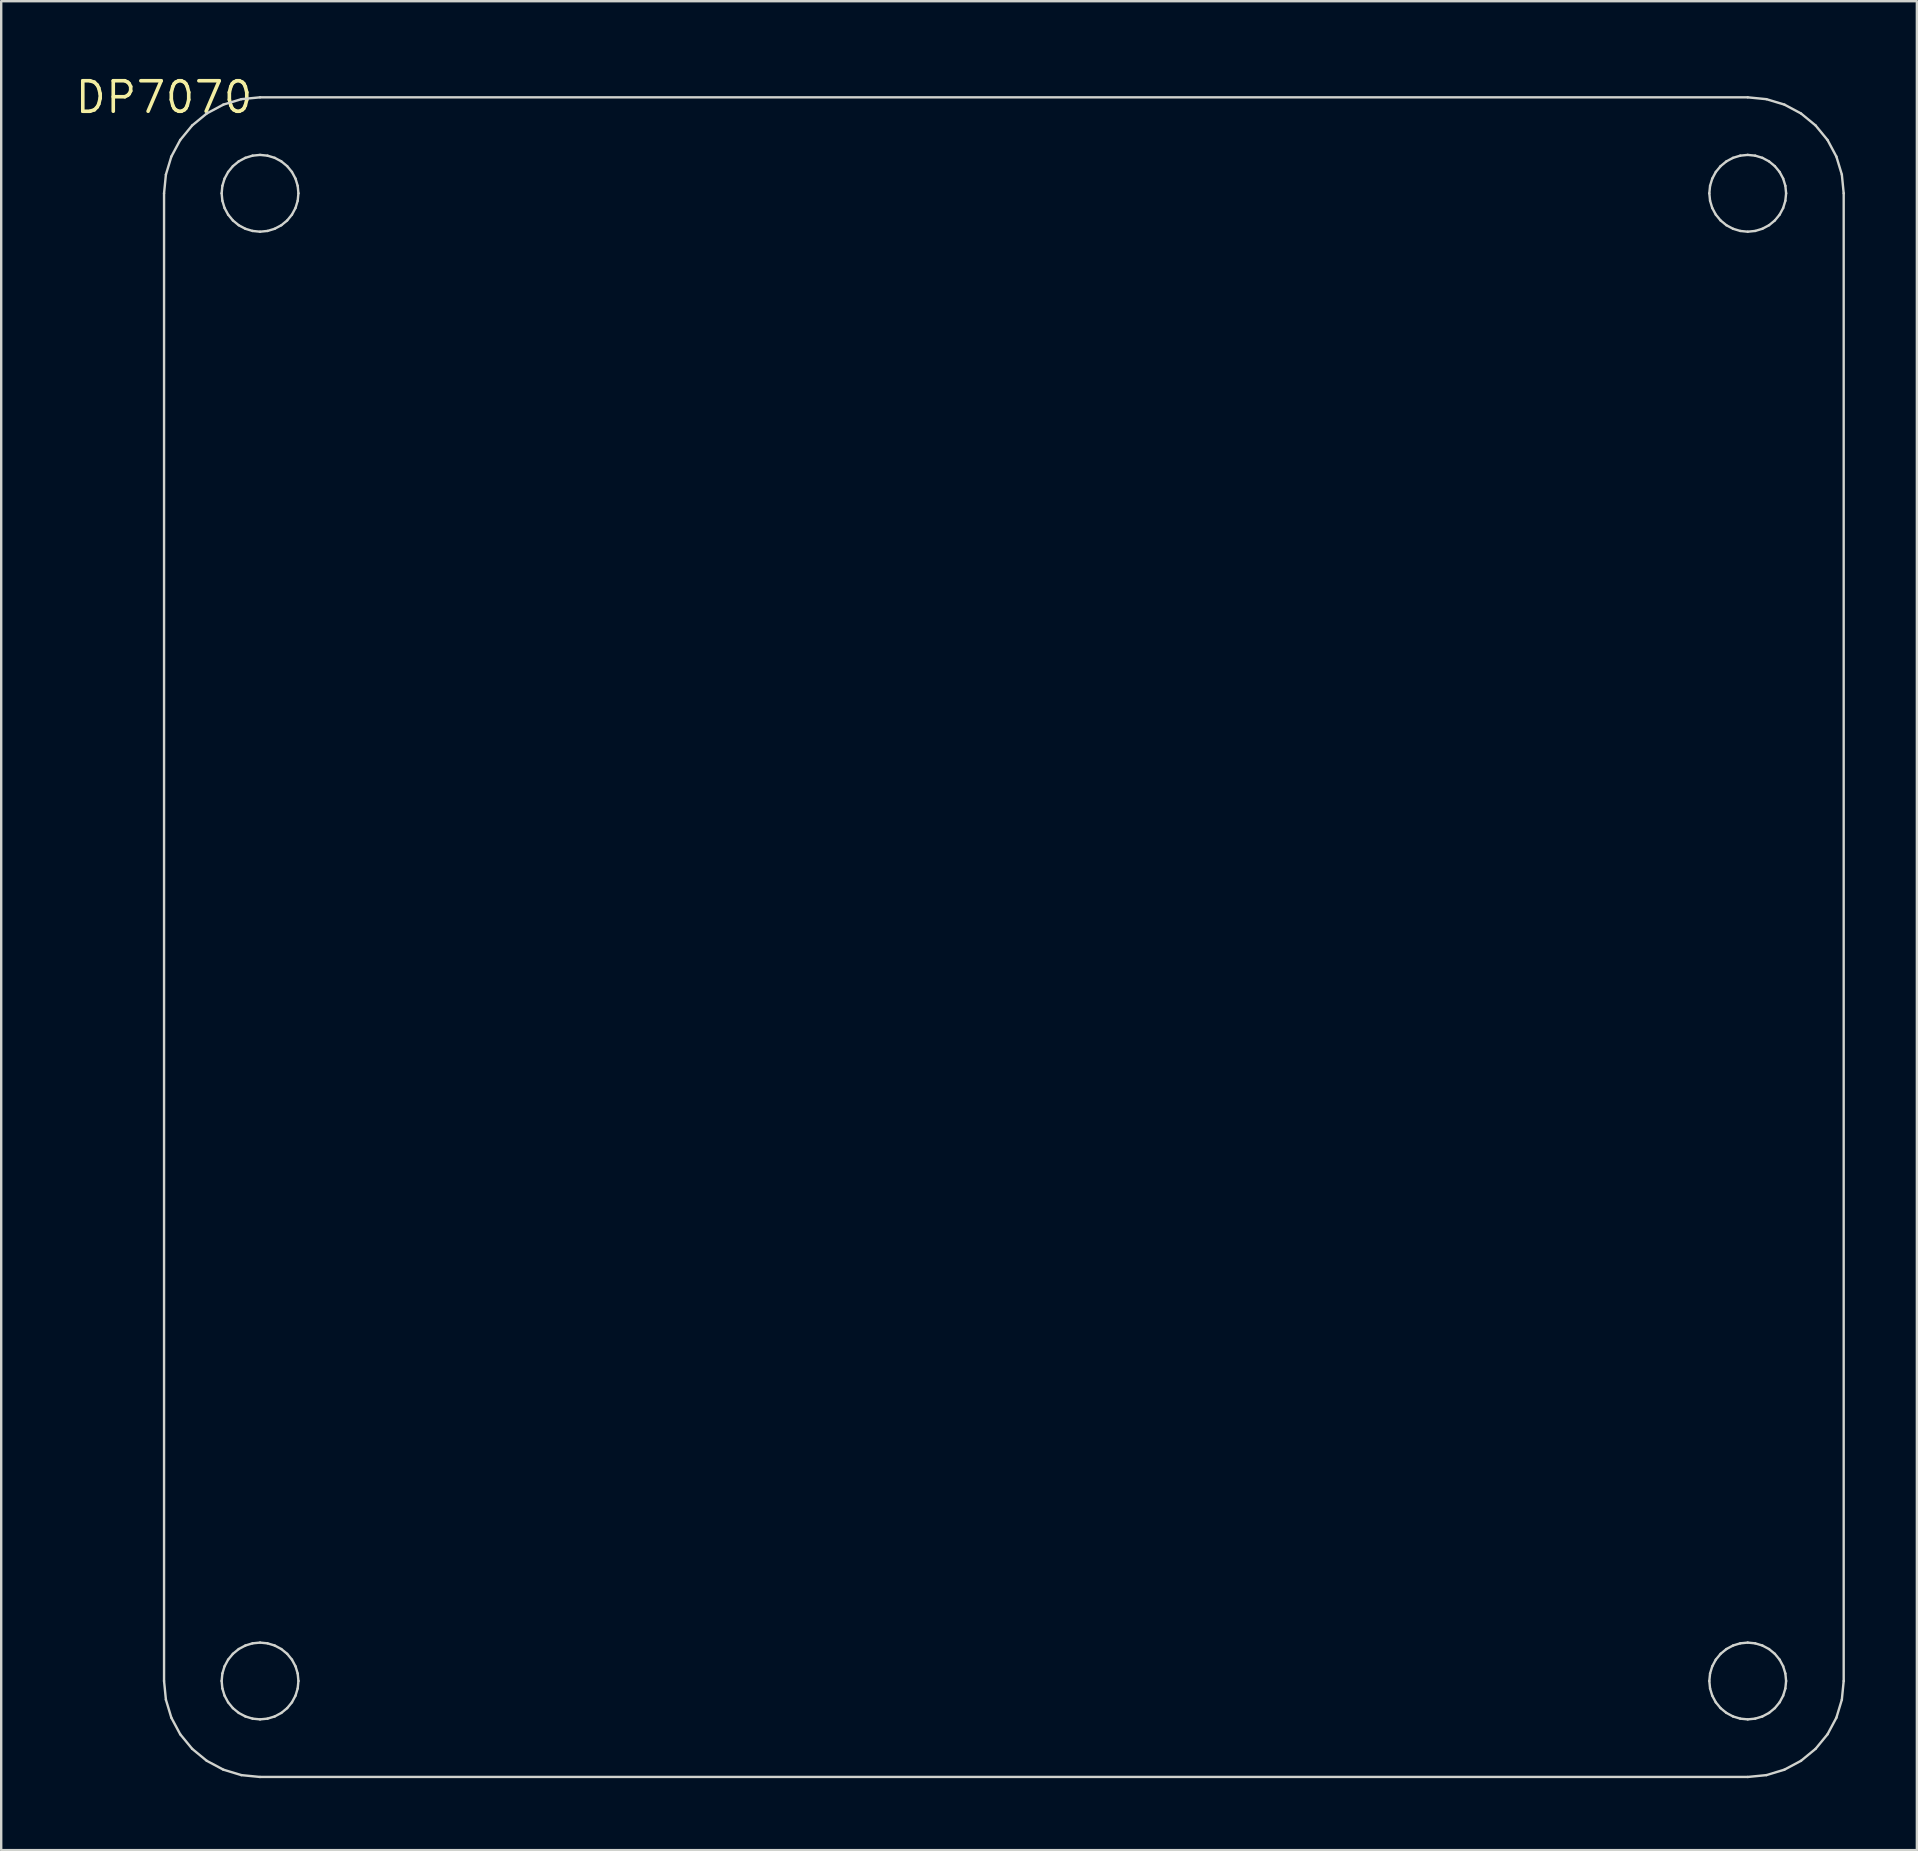
<source format=kicad_pcb>
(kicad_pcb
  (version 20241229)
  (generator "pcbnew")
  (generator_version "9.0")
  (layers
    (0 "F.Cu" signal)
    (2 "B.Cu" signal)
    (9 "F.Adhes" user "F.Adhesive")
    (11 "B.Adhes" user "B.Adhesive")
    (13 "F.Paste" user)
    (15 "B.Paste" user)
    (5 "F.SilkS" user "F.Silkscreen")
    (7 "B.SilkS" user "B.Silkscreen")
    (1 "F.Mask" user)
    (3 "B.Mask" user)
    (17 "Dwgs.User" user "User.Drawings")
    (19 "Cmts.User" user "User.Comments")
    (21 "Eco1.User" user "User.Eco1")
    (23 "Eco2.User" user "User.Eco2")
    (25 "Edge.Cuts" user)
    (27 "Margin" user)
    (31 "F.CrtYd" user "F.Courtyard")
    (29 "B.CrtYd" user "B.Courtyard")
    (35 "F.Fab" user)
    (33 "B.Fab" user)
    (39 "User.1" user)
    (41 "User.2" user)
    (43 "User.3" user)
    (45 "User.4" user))
  (footprint "DP7070"
    (layer "F.Cu")
    (at 3.787 1.006)
    (property "Reference" "DP7070" (at 0 0 0) (layer "F.SilkS") (effects (font (size 1.27 1.27) (thickness 0.15))))
    (attr through_hole)
    (fp_line (start 0 4) (end 0.077 3.22) (stroke (width 0.1) (type solid)) (layer "Edge.Cuts"))
    (fp_line (start 0 66) (end 0 4) (stroke (width 0.1) (type solid)) (layer "Edge.Cuts"))
    (fp_line (start 0.077 3.22) (end 0.304 2.469) (stroke (width 0.1) (type solid)) (layer "Edge.Cuts"))
    (fp_line (start 0.077 66.78) (end 0 66) (stroke (width 0.1) (type solid)) (layer "Edge.Cuts"))
    (fp_line (start 0.304 2.469) (end 0.674 1.778) (stroke (width 0.1) (type solid)) (layer "Edge.Cuts"))
    (fp_line (start 0.304 67.531) (end 0.077 66.78) (stroke (width 0.1) (type solid)) (layer "Edge.Cuts"))
    (fp_line (start 0.674 1.778) (end 1.172 1.172) (stroke (width 0.1) (type solid)) (layer "Edge.Cuts"))
    (fp_line (start 0.674 68.222) (end 0.304 67.531) (stroke (width 0.1) (type solid)) (layer "Edge.Cuts"))
    (fp_line (start 1.172 1.172) (end 1.778 0.674) (stroke (width 0.1) (type solid)) (layer "Edge.Cuts"))
    (fp_line (start 1.172 68.828) (end 0.674 68.222) (stroke (width 0.1) (type solid)) (layer "Edge.Cuts"))
    (fp_line (start 1.778 0.674) (end 2.469 0.304) (stroke (width 0.1) (type solid)) (layer "Edge.Cuts"))
    (fp_line (start 1.778 69.326) (end 1.172 68.828) (stroke (width 0.1) (type solid)) (layer "Edge.Cuts"))
    (fp_line (start 2.4 4) (end 2.431 4.312) (stroke (width 0.1) (type solid)) (layer "Edge.Cuts"))
    (fp_line (start 2.4 66) (end 2.431 66.312) (stroke (width 0.1) (type solid)) (layer "Edge.Cuts"))
    (fp_line (start 2.431 3.688) (end 2.4 4) (stroke (width 0.1) (type solid)) (layer "Edge.Cuts"))
    (fp_line (start 2.431 4.312) (end 2.522 4.612) (stroke (width 0.1) (type solid)) (layer "Edge.Cuts"))
    (fp_line (start 2.431 65.688) (end 2.4 66) (stroke (width 0.1) (type solid)) (layer "Edge.Cuts"))
    (fp_line (start 2.431 66.312) (end 2.522 66.612) (stroke (width 0.1) (type solid)) (layer "Edge.Cuts"))
    (fp_line (start 2.469 0.304) (end 3.22 0.077) (stroke (width 0.1) (type solid)) (layer "Edge.Cuts"))
    (fp_line (start 2.469 69.695) (end 1.778 69.326) (stroke (width 0.1) (type solid)) (layer "Edge.Cuts"))
    (fp_line (start 2.522 3.388) (end 2.431 3.688) (stroke (width 0.1) (type solid)) (layer "Edge.Cuts"))
    (fp_line (start 2.522 4.612) (end 2.67 4.889) (stroke (width 0.1) (type solid)) (layer "Edge.Cuts"))
    (fp_line (start 2.522 65.388) (end 2.431 65.688) (stroke (width 0.1) (type solid)) (layer "Edge.Cuts"))
    (fp_line (start 2.522 66.612) (end 2.67 66.889) (stroke (width 0.1) (type solid)) (layer "Edge.Cuts"))
    (fp_line (start 2.67 3.111) (end 2.522 3.388) (stroke (width 0.1) (type solid)) (layer "Edge.Cuts"))
    (fp_line (start 2.67 4.889) (end 2.869 5.131) (stroke (width 0.1) (type solid)) (layer "Edge.Cuts"))
    (fp_line (start 2.67 65.111) (end 2.522 65.388) (stroke (width 0.1) (type solid)) (layer "Edge.Cuts"))
    (fp_line (start 2.67 66.889) (end 2.869 67.131) (stroke (width 0.1) (type solid)) (layer "Edge.Cuts"))
    (fp_line (start 2.869 2.869) (end 2.67 3.111) (stroke (width 0.1) (type solid)) (layer "Edge.Cuts"))
    (fp_line (start 2.869 5.131) (end 3.111 5.33) (stroke (width 0.1) (type solid)) (layer "Edge.Cuts"))
    (fp_line (start 2.869 64.869) (end 2.67 65.111) (stroke (width 0.1) (type solid)) (layer "Edge.Cuts"))
    (fp_line (start 2.869 67.131) (end 3.111 67.33) (stroke (width 0.1) (type solid)) (layer "Edge.Cuts"))
    (fp_line (start 3.111 2.67) (end 2.869 2.869) (stroke (width 0.1) (type solid)) (layer "Edge.Cuts"))
    (fp_line (start 3.111 5.33) (end 3.388 5.478) (stroke (width 0.1) (type solid)) (layer "Edge.Cuts"))
    (fp_line (start 3.111 64.67) (end 2.869 64.869) (stroke (width 0.1) (type solid)) (layer "Edge.Cuts"))
    (fp_line (start 3.111 67.33) (end 3.388 67.478) (stroke (width 0.1) (type solid)) (layer "Edge.Cuts"))
    (fp_line (start 3.22 0.077) (end 4 0) (stroke (width 0.1) (type solid)) (layer "Edge.Cuts"))
    (fp_line (start 3.22 69.923) (end 2.469 69.695) (stroke (width 0.1) (type solid)) (layer "Edge.Cuts"))
    (fp_line (start 3.388 2.522) (end 3.111 2.67) (stroke (width 0.1) (type solid)) (layer "Edge.Cuts"))
    (fp_line (start 3.388 5.478) (end 3.688 5.569) (stroke (width 0.1) (type solid)) (layer "Edge.Cuts"))
    (fp_line (start 3.388 64.522) (end 3.111 64.67) (stroke (width 0.1) (type solid)) (layer "Edge.Cuts"))
    (fp_line (start 3.388 67.478) (end 3.688 67.569) (stroke (width 0.1) (type solid)) (layer "Edge.Cuts"))
    (fp_line (start 3.688 2.431) (end 3.388 2.522) (stroke (width 0.1) (type solid)) (layer "Edge.Cuts"))
    (fp_line (start 3.688 5.569) (end 4 5.6) (stroke (width 0.1) (type solid)) (layer "Edge.Cuts"))
    (fp_line (start 3.688 64.431) (end 3.388 64.522) (stroke (width 0.1) (type solid)) (layer "Edge.Cuts"))
    (fp_line (start 3.688 67.569) (end 4 67.6) (stroke (width 0.1) (type solid)) (layer "Edge.Cuts"))
    (fp_line (start 4 0) (end 66 0) (stroke (width 0.1) (type solid)) (layer "Edge.Cuts"))
    (fp_line (start 4 2.4) (end 3.688 2.431) (stroke (width 0.1) (type solid)) (layer "Edge.Cuts"))
    (fp_line (start 4 64.4) (end 3.688 64.431) (stroke (width 0.1) (type solid)) (layer "Edge.Cuts"))
    (fp_line (start 4 5.6) (end 4.312 5.569) (stroke (width 0.1) (type solid)) (layer "Edge.Cuts"))
    (fp_line (start 4 67.6) (end 4.312 67.569) (stroke (width 0.1) (type solid)) (layer "Edge.Cuts"))
    (fp_line (start 4 70) (end 3.22 69.923) (stroke (width 0.1) (type solid)) (layer "Edge.Cuts"))
    (fp_line (start 4.312 2.431) (end 4 2.4) (stroke (width 0.1) (type solid)) (layer "Edge.Cuts"))
    (fp_line (start 4.312 5.569) (end 4.612 5.478) (stroke (width 0.1) (type solid)) (layer "Edge.Cuts"))
    (fp_line (start 4.312 64.431) (end 4 64.4) (stroke (width 0.1) (type solid)) (layer "Edge.Cuts"))
    (fp_line (start 4.312 67.569) (end 4.612 67.478) (stroke (width 0.1) (type solid)) (layer "Edge.Cuts"))
    (fp_line (start 4.612 2.522) (end 4.312 2.431) (stroke (width 0.1) (type solid)) (layer "Edge.Cuts"))
    (fp_line (start 4.612 5.478) (end 4.889 5.33) (stroke (width 0.1) (type solid)) (layer "Edge.Cuts"))
    (fp_line (start 4.612 64.522) (end 4.312 64.431) (stroke (width 0.1) (type solid)) (layer "Edge.Cuts"))
    (fp_line (start 4.612 67.478) (end 4.889 67.33) (stroke (width 0.1) (type solid)) (layer "Edge.Cuts"))
    (fp_line (start 4.889 2.67) (end 4.612 2.522) (stroke (width 0.1) (type solid)) (layer "Edge.Cuts"))
    (fp_line (start 4.889 5.33) (end 5.131 5.131) (stroke (width 0.1) (type solid)) (layer "Edge.Cuts"))
    (fp_line (start 4.889 64.67) (end 4.612 64.522) (stroke (width 0.1) (type solid)) (layer "Edge.Cuts"))
    (fp_line (start 4.889 67.33) (end 5.131 67.131) (stroke (width 0.1) (type solid)) (layer "Edge.Cuts"))
    (fp_line (start 5.131 2.869) (end 4.889 2.67) (stroke (width 0.1) (type solid)) (layer "Edge.Cuts"))
    (fp_line (start 5.131 5.131) (end 5.33 4.889) (stroke (width 0.1) (type solid)) (layer "Edge.Cuts"))
    (fp_line (start 5.131 64.869) (end 4.889 64.67) (stroke (width 0.1) (type solid)) (layer "Edge.Cuts"))
    (fp_line (start 5.131 67.131) (end 5.33 66.889) (stroke (width 0.1) (type solid)) (layer "Edge.Cuts"))
    (fp_line (start 5.33 3.111) (end 5.131 2.869) (stroke (width 0.1) (type solid)) (layer "Edge.Cuts"))
    (fp_line (start 5.33 4.889) (end 5.478 4.612) (stroke (width 0.1) (type solid)) (layer "Edge.Cuts"))
    (fp_line (start 5.33 65.111) (end 5.131 64.869) (stroke (width 0.1) (type solid)) (layer "Edge.Cuts"))
    (fp_line (start 5.33 66.889) (end 5.478 66.612) (stroke (width 0.1) (type solid)) (layer "Edge.Cuts"))
    (fp_line (start 5.478 3.388) (end 5.33 3.111) (stroke (width 0.1) (type solid)) (layer "Edge.Cuts"))
    (fp_line (start 5.478 4.612) (end 5.569 4.312) (stroke (width 0.1) (type solid)) (layer "Edge.Cuts"))
    (fp_line (start 5.478 65.388) (end 5.33 65.111) (stroke (width 0.1) (type solid)) (layer "Edge.Cuts"))
    (fp_line (start 5.478 66.612) (end 5.569 66.312) (stroke (width 0.1) (type solid)) (layer "Edge.Cuts"))
    (fp_line (start 5.569 3.688) (end 5.478 3.388) (stroke (width 0.1) (type solid)) (layer "Edge.Cuts"))
    (fp_line (start 5.569 4.312) (end 5.6 4) (stroke (width 0.1) (type solid)) (layer "Edge.Cuts"))
    (fp_line (start 5.569 65.688) (end 5.478 65.388) (stroke (width 0.1) (type solid)) (layer "Edge.Cuts"))
    (fp_line (start 5.569 66.312) (end 5.6 66) (stroke (width 0.1) (type solid)) (layer "Edge.Cuts"))
    (fp_line (start 5.6 4) (end 5.569 3.688) (stroke (width 0.1) (type solid)) (layer "Edge.Cuts"))
    (fp_line (start 5.6 66) (end 5.569 65.688) (stroke (width 0.1) (type solid)) (layer "Edge.Cuts"))
    (fp_line (start 64.4 4) (end 64.431 4.312) (stroke (width 0.1) (type solid)) (layer "Edge.Cuts"))
    (fp_line (start 64.4 66) (end 64.431 66.312) (stroke (width 0.1) (type solid)) (layer "Edge.Cuts"))
    (fp_line (start 64.431 3.688) (end 64.4 4) (stroke (width 0.1) (type solid)) (layer "Edge.Cuts"))
    (fp_line (start 64.431 4.312) (end 64.522 4.612) (stroke (width 0.1) (type solid)) (layer "Edge.Cuts"))
    (fp_line (start 64.431 65.688) (end 64.4 66) (stroke (width 0.1) (type solid)) (layer "Edge.Cuts"))
    (fp_line (start 64.431 66.312) (end 64.522 66.612) (stroke (width 0.1) (type solid)) (layer "Edge.Cuts"))
    (fp_line (start 64.522 3.388) (end 64.431 3.688) (stroke (width 0.1) (type solid)) (layer "Edge.Cuts"))
    (fp_line (start 64.522 4.612) (end 64.67 4.889) (stroke (width 0.1) (type solid)) (layer "Edge.Cuts"))
    (fp_line (start 64.522 65.388) (end 64.431 65.688) (stroke (width 0.1) (type solid)) (layer "Edge.Cuts"))
    (fp_line (start 64.522 66.612) (end 64.67 66.889) (stroke (width 0.1) (type solid)) (layer "Edge.Cuts"))
    (fp_line (start 64.67 3.111) (end 64.522 3.388) (stroke (width 0.1) (type solid)) (layer "Edge.Cuts"))
    (fp_line (start 64.67 4.889) (end 64.869 5.131) (stroke (width 0.1) (type solid)) (layer "Edge.Cuts"))
    (fp_line (start 64.67 65.111) (end 64.522 65.388) (stroke (width 0.1) (type solid)) (layer "Edge.Cuts"))
    (fp_line (start 64.67 66.889) (end 64.869 67.131) (stroke (width 0.1) (type solid)) (layer "Edge.Cuts"))
    (fp_line (start 64.869 2.869) (end 64.67 3.111) (stroke (width 0.1) (type solid)) (layer "Edge.Cuts"))
    (fp_line (start 64.869 5.131) (end 65.111 5.33) (stroke (width 0.1) (type solid)) (layer "Edge.Cuts"))
    (fp_line (start 64.869 64.869) (end 64.67 65.111) (stroke (width 0.1) (type solid)) (layer "Edge.Cuts"))
    (fp_line (start 64.869 67.131) (end 65.111 67.33) (stroke (width 0.1) (type solid)) (layer "Edge.Cuts"))
    (fp_line (start 65.111 2.67) (end 64.869 2.869) (stroke (width 0.1) (type solid)) (layer "Edge.Cuts"))
    (fp_line (start 65.111 5.33) (end 65.388 5.478) (stroke (width 0.1) (type solid)) (layer "Edge.Cuts"))
    (fp_line (start 65.111 64.67) (end 64.869 64.869) (stroke (width 0.1) (type solid)) (layer "Edge.Cuts"))
    (fp_line (start 65.111 67.33) (end 65.388 67.478) (stroke (width 0.1) (type solid)) (layer "Edge.Cuts"))
    (fp_line (start 65.388 2.522) (end 65.111 2.67) (stroke (width 0.1) (type solid)) (layer "Edge.Cuts"))
    (fp_line (start 65.388 5.478) (end 65.688 5.569) (stroke (width 0.1) (type solid)) (layer "Edge.Cuts"))
    (fp_line (start 65.388 64.522) (end 65.111 64.67) (stroke (width 0.1) (type solid)) (layer "Edge.Cuts"))
    (fp_line (start 65.388 67.478) (end 65.688 67.569) (stroke (width 0.1) (type solid)) (layer "Edge.Cuts"))
    (fp_line (start 65.688 2.431) (end 65.388 2.522) (stroke (width 0.1) (type solid)) (layer "Edge.Cuts"))
    (fp_line (start 65.688 5.569) (end 66 5.6) (stroke (width 0.1) (type solid)) (layer "Edge.Cuts"))
    (fp_line (start 65.688 64.431) (end 65.388 64.522) (stroke (width 0.1) (type solid)) (layer "Edge.Cuts"))
    (fp_line (start 65.688 67.569) (end 66 67.6) (stroke (width 0.1) (type solid)) (layer "Edge.Cuts"))
    (fp_line (start 66 0) (end 66.78 0.077) (stroke (width 0.1) (type solid)) (layer "Edge.Cuts"))
    (fp_line (start 66 2.4) (end 65.688 2.431) (stroke (width 0.1) (type solid)) (layer "Edge.Cuts"))
    (fp_line (start 66 5.6) (end 66.312 5.569) (stroke (width 0.1) (type solid)) (layer "Edge.Cuts"))
    (fp_line (start 66 64.4) (end 65.688 64.431) (stroke (width 0.1) (type solid)) (layer "Edge.Cuts"))
    (fp_line (start 66 67.6) (end 66.312 67.569) (stroke (width 0.1) (type solid)) (layer "Edge.Cuts"))
    (fp_line (start 66 70) (end 4 70) (stroke (width 0.1) (type solid)) (layer "Edge.Cuts"))
    (fp_line (start 66.312 2.431) (end 66 2.4) (stroke (width 0.1) (type solid)) (layer "Edge.Cuts"))
    (fp_line (start 66.312 5.569) (end 66.612 5.478) (stroke (width 0.1) (type solid)) (layer "Edge.Cuts"))
    (fp_line (start 66.312 64.431) (end 66 64.4) (stroke (width 0.1) (type solid)) (layer "Edge.Cuts"))
    (fp_line (start 66.312 67.569) (end 66.612 67.478) (stroke (width 0.1) (type solid)) (layer "Edge.Cuts"))
    (fp_line (start 66.612 2.522) (end 66.312 2.431) (stroke (width 0.1) (type solid)) (layer "Edge.Cuts"))
    (fp_line (start 66.612 5.478) (end 66.889 5.33) (stroke (width 0.1) (type solid)) (layer "Edge.Cuts"))
    (fp_line (start 66.612 64.522) (end 66.312 64.431) (stroke (width 0.1) (type solid)) (layer "Edge.Cuts"))
    (fp_line (start 66.612 67.478) (end 66.889 67.33) (stroke (width 0.1) (type solid)) (layer "Edge.Cuts"))
    (fp_line (start 66.78 0.077) (end 67.531 0.304) (stroke (width 0.1) (type solid)) (layer "Edge.Cuts"))
    (fp_line (start 66.78 69.923) (end 66 70) (stroke (width 0.1) (type solid)) (layer "Edge.Cuts"))
    (fp_line (start 66.889 2.67) (end 66.612 2.522) (stroke (width 0.1) (type solid)) (layer "Edge.Cuts"))
    (fp_line (start 66.889 5.33) (end 67.131 5.131) (stroke (width 0.1) (type solid)) (layer "Edge.Cuts"))
    (fp_line (start 66.889 64.67) (end 66.612 64.522) (stroke (width 0.1) (type solid)) (layer "Edge.Cuts"))
    (fp_line (start 66.889 67.33) (end 67.131 67.131) (stroke (width 0.1) (type solid)) (layer "Edge.Cuts"))
    (fp_line (start 67.131 2.869) (end 66.889 2.67) (stroke (width 0.1) (type solid)) (layer "Edge.Cuts"))
    (fp_line (start 67.131 5.131) (end 67.33 4.889) (stroke (width 0.1) (type solid)) (layer "Edge.Cuts"))
    (fp_line (start 67.131 64.869) (end 66.889 64.67) (stroke (width 0.1) (type solid)) (layer "Edge.Cuts"))
    (fp_line (start 67.131 67.131) (end 67.33 66.889) (stroke (width 0.1) (type solid)) (layer "Edge.Cuts"))
    (fp_line (start 67.33 3.111) (end 67.131 2.869) (stroke (width 0.1) (type solid)) (layer "Edge.Cuts"))
    (fp_line (start 67.33 4.889) (end 67.478 4.612) (stroke (width 0.1) (type solid)) (layer "Edge.Cuts"))
    (fp_line (start 67.33 65.111) (end 67.131 64.869) (stroke (width 0.1) (type solid)) (layer "Edge.Cuts"))
    (fp_line (start 67.33 66.889) (end 67.478 66.612) (stroke (width 0.1) (type solid)) (layer "Edge.Cuts"))
    (fp_line (start 67.478 3.388) (end 67.33 3.111) (stroke (width 0.1) (type solid)) (layer "Edge.Cuts"))
    (fp_line (start 67.478 4.612) (end 67.569 4.312) (stroke (width 0.1) (type solid)) (layer "Edge.Cuts"))
    (fp_line (start 67.478 65.388) (end 67.33 65.111) (stroke (width 0.1) (type solid)) (layer "Edge.Cuts"))
    (fp_line (start 67.478 66.612) (end 67.569 66.312) (stroke (width 0.1) (type solid)) (layer "Edge.Cuts"))
    (fp_line (start 67.531 0.304) (end 68.222 0.674) (stroke (width 0.1) (type solid)) (layer "Edge.Cuts"))
    (fp_line (start 67.531 69.695) (end 66.78 69.923) (stroke (width 0.1) (type solid)) (layer "Edge.Cuts"))
    (fp_line (start 67.569 3.688) (end 67.478 3.388) (stroke (width 0.1) (type solid)) (layer "Edge.Cuts"))
    (fp_line (start 67.569 4.312) (end 67.6 4) (stroke (width 0.1) (type solid)) (layer "Edge.Cuts"))
    (fp_line (start 67.569 65.688) (end 67.478 65.388) (stroke (width 0.1) (type solid)) (layer "Edge.Cuts"))
    (fp_line (start 67.569 66.312) (end 67.6 66) (stroke (width 0.1) (type solid)) (layer "Edge.Cuts"))
    (fp_line (start 67.6 4) (end 67.569 3.688) (stroke (width 0.1) (type solid)) (layer "Edge.Cuts"))
    (fp_line (start 67.6 66) (end 67.569 65.688) (stroke (width 0.1) (type solid)) (layer "Edge.Cuts"))
    (fp_line (start 68.222 0.674) (end 68.828 1.172) (stroke (width 0.1) (type solid)) (layer "Edge.Cuts"))
    (fp_line (start 68.222 69.326) (end 67.531 69.695) (stroke (width 0.1) (type solid)) (layer "Edge.Cuts"))
    (fp_line (start 68.828 1.172) (end 69.326 1.778) (stroke (width 0.1) (type solid)) (layer "Edge.Cuts"))
    (fp_line (start 68.828 68.828) (end 68.222 69.326) (stroke (width 0.1) (type solid)) (layer "Edge.Cuts"))
    (fp_line (start 69.326 1.778) (end 69.695 2.469) (stroke (width 0.1) (type solid)) (layer "Edge.Cuts"))
    (fp_line (start 69.326 68.222) (end 68.828 68.828) (stroke (width 0.1) (type solid)) (layer "Edge.Cuts"))
    (fp_line (start 69.695 2.469) (end 69.923 3.22) (stroke (width 0.1) (type solid)) (layer "Edge.Cuts"))
    (fp_line (start 69.695 67.531) (end 69.326 68.222) (stroke (width 0.1) (type solid)) (layer "Edge.Cuts"))
    (fp_line (start 69.923 3.22) (end 70 4) (stroke (width 0.1) (type solid)) (layer "Edge.Cuts"))
    (fp_line (start 69.923 66.78) (end 69.695 67.531) (stroke (width 0.1) (type solid)) (layer "Edge.Cuts"))
    (fp_line (start 70 4) (end 70 66) (stroke (width 0.1) (type solid)) (layer "Edge.Cuts"))
    (fp_line (start 70 66) (end 69.923 66.78) (stroke (width 0.1) (type solid)) (layer "Edge.Cuts")))
  (gr_rect
    (start -3 -3)
    (end 76.837 74.056)
    (stroke (width 0.1) (type default))
    (fill no)
    (layer "Edge.Cuts")))
</source>
